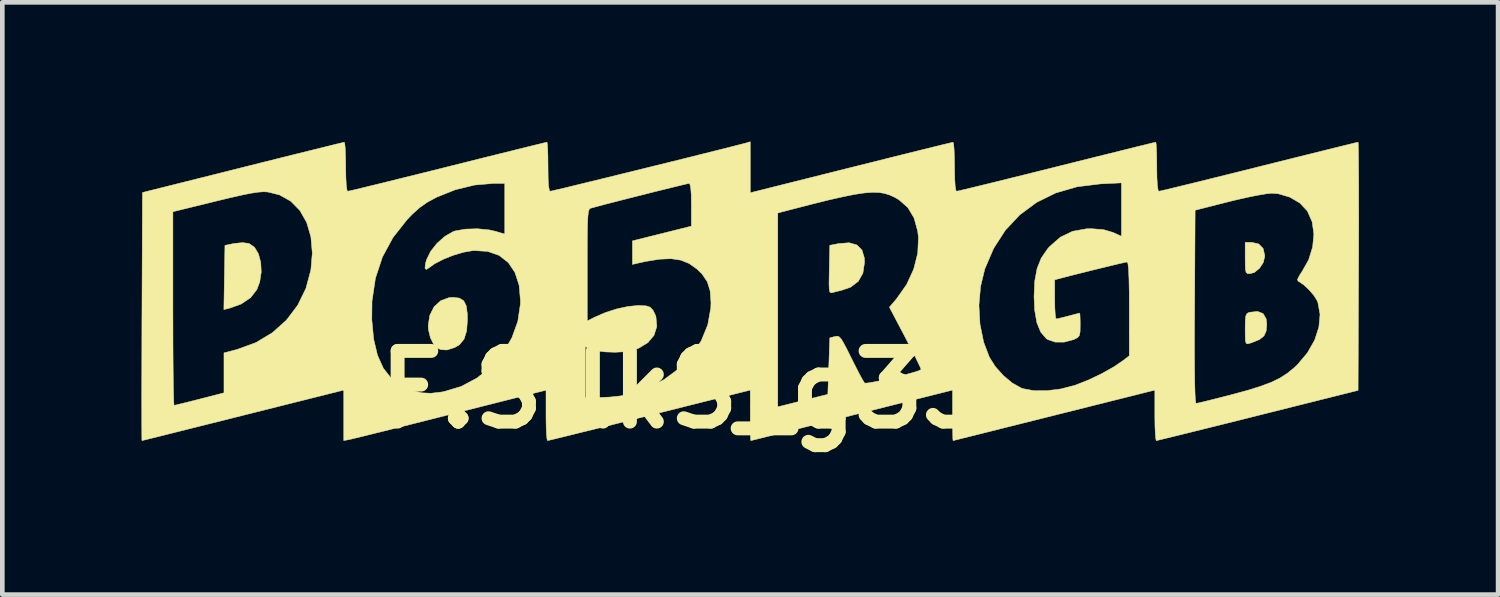
<source format=kicad_pcb>
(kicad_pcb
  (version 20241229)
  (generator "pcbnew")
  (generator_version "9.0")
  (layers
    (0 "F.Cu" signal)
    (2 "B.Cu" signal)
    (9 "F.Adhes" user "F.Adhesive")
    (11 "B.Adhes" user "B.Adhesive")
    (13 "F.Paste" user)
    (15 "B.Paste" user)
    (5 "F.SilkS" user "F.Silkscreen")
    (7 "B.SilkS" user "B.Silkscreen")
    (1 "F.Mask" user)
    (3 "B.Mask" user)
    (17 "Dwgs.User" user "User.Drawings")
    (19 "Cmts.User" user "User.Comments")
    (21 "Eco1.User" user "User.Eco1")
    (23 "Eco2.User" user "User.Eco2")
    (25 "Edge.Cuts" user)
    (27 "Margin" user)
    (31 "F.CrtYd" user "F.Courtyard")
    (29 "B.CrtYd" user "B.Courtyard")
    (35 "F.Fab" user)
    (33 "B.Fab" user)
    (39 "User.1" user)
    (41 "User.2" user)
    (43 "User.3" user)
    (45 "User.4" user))
  (footprint "F.SilkS_g33"
    (layer "F.Cu")
    (at 11.726 5.349)
    (property "Reference" "F.SilkS_g33" (at 0 0 0) (layer "F.SilkS") (effects (font (size 1.524 1.524) (thickness 0.3))))
    (attr through_hole)
    (fp_poly (pts (xy -9.407 -3.15) (xy -9.289 -3.068) (xy -9.204 -2.925) (xy -9.155 -2.74) (xy -9.145 -2.533) (xy -9.177 -2.323) (xy -9.239 -2.157) (xy -9.374 -1.982) (xy -9.578 -1.845) (xy -9.833 -1.754) (xy -9.95 -1.726) (xy -9.939 -2.419) (xy -9.927 -3.111) (xy -9.724 -3.151) (xy -9.544 -3.169) (xy -9.407 -3.15)) (stroke (width 0.01) (type solid)) (fill yes) (layer "F.SilkS"))
    (fp_poly (pts (xy 12.356 -3.141) (xy 12.452 -3.043) (xy 12.488 -2.889) (xy 12.488 -2.878) (xy 12.456 -2.741) (xy 12.374 -2.616) (xy 12.264 -2.526) (xy 12.163 -2.498) (xy 12.114 -2.502) (xy 12.085 -2.528) (xy 12.071 -2.591) (xy 12.066 -2.71) (xy 12.065 -2.836) (xy 12.065 -3.175) (xy 12.207 -3.175) (xy 12.356 -3.141)) (stroke (width 0.01) (type solid)) (fill yes) (layer "F.SilkS"))
    (fp_poly (pts (xy 3.695 -3.119) (xy 3.804 -3.01) (xy 3.856 -2.839) (xy 3.86 -2.745) (xy 3.825 -2.512) (xy 3.725 -2.334) (xy 3.559 -2.208) (xy 3.365 -2.141) (xy 3.248 -2.113) (xy 3.163 -2.09) (xy 3.132 -2.087) (xy 3.111 -2.107) (xy 3.099 -2.165) (xy 3.095 -2.272) (xy 3.097 -2.443) (xy 3.1 -2.59) (xy 3.111 -3.111) (xy 3.307 -3.149) (xy 3.529 -3.166) (xy 3.695 -3.119)) (stroke (width 0.01) (type solid)) (fill yes) (layer "F.SilkS"))
    (fp_poly (pts (xy 12.451 -1.64) (xy 12.517 -1.529) (xy 12.531 -1.412) (xy 12.518 -1.263) (xy 12.471 -1.158) (xy 12.374 -1.08) (xy 12.211 -1.014) (xy 12.16 -0.998) (xy 12.113 -0.987) (xy 12.085 -1.001) (xy 12.07 -1.056) (xy 12.066 -1.167) (xy 12.065 -1.305) (xy 12.067 -1.473) (xy 12.075 -1.576) (xy 12.096 -1.631) (xy 12.133 -1.658) (xy 12.16 -1.667) (xy 12.332 -1.686) (xy 12.451 -1.64)) (stroke (width 0.01) (type solid)) (fill yes) (layer "F.SilkS"))
    (fp_poly (pts (xy -4.873 -1.973) (xy -4.78 -1.916) (xy -4.725 -1.806) (xy -4.702 -1.631) (xy -4.699 -1.512) (xy -4.717 -1.267) (xy -4.773 -1.088) (xy -4.874 -0.966) (xy -4.976 -0.907) (xy -5.14 -0.855) (xy -5.27 -0.861) (xy -5.349 -0.895) (xy -5.432 -0.983) (xy -5.5 -1.125) (xy -5.54 -1.292) (xy -5.546 -1.376) (xy -5.512 -1.602) (xy -5.419 -1.787) (xy -5.276 -1.917) (xy -5.093 -1.984) (xy -5.013 -1.99) (xy -4.873 -1.973)) (stroke (width 0.01) (type solid)) (fill yes) (layer "F.SilkS"))
    (fp_poly (pts (xy 1.397 -4.244) (xy 3.567 -4.788) (xy 3.981 -4.891) (xy 4.371 -4.989) (xy 4.728 -5.078) (xy 5.046 -5.157) (xy 5.315 -5.223) (xy 5.528 -5.276) (xy 5.679 -5.312) (xy 5.758 -5.331) (xy 5.768 -5.333) (xy 5.78 -5.294) (xy 5.79 -5.186) (xy 5.797 -5.025) (xy 5.8 -4.828) (xy 5.8 -4.805) (xy 5.803 -4.571) (xy 5.813 -4.4) (xy 5.828 -4.3) (xy 5.843 -4.276) (xy 5.891 -4.286) (xy 6.013 -4.314) (xy 6.202 -4.36) (xy 6.45 -4.42) (xy 6.748 -4.493) (xy 7.089 -4.578) (xy 7.464 -4.671) (xy 7.867 -4.771) (xy 8.001 -4.805) (xy 8.41 -4.907) (xy 8.794 -5.003) (xy 9.145 -5.09) (xy 9.455 -5.167) (xy 9.716 -5.232) (xy 9.922 -5.282) (xy 10.063 -5.317) (xy 10.132 -5.333) (xy 10.138 -5.334) (xy 10.146 -5.294) (xy 10.153 -5.186) (xy 10.158 -5.025) (xy 10.16 -4.828) (xy 10.16 -4.805) (xy 10.163 -4.571) (xy 10.173 -4.4) (xy 10.188 -4.3) (xy 10.203 -4.276) (xy 10.251 -4.286) (xy 10.374 -4.314) (xy 10.563 -4.36) (xy 10.81 -4.42) (xy 11.108 -4.493) (xy 11.449 -4.578) (xy 11.825 -4.671) (xy 12.228 -4.771) (xy 12.361 -4.805) (xy 12.77 -4.907) (xy 13.154 -5.003) (xy 13.505 -5.09) (xy 13.815 -5.167) (xy 14.077 -5.232) (xy 14.282 -5.282) (xy 14.423 -5.317) (xy 14.493 -5.333) (xy 14.499 -5.334) (xy 14.503 -5.293) (xy 14.506 -5.174) (xy 14.508 -4.985) (xy 14.51 -4.733) (xy 14.512 -4.424) (xy 14.512 -4.067) (xy 14.513 -3.667) (xy 14.512 -3.233) (xy 14.511 -2.771) (xy 14.51 -2.659) (xy 14.499 0.016) (xy 12.34 0.557) (xy 11.927 0.661) (xy 11.538 0.758) (xy 11.181 0.846) (xy 10.865 0.925) (xy 10.597 0.991) (xy 10.385 1.043) (xy 10.236 1.079) (xy 10.159 1.098) (xy 10.149 1.099) (xy 10.138 1.06) (xy 10.128 0.952) (xy 10.121 0.791) (xy 10.118 0.592) (xy 10.118 0.555) (xy 10.118 0.01) (xy 7.948 0.554) (xy 7.534 0.658) (xy 7.146 0.755) (xy 6.79 0.844) (xy 6.476 0.923) (xy 6.21 0.99) (xy 5.999 1.042) (xy 5.852 1.079) (xy 5.777 1.097) (xy 5.768 1.099) (xy 5.764 1.06) (xy 5.761 0.952) (xy 5.758 0.791) (xy 5.757 0.592) (xy 5.757 0.555) (xy 5.757 0.01) (xy 3.588 0.554) (xy 3.174 0.658) (xy 2.785 0.755) (xy 2.43 0.844) (xy 2.116 0.923) (xy 1.849 0.99) (xy 1.639 1.042) (xy 1.492 1.079) (xy 1.416 1.097) (xy 1.408 1.099) (xy 1.404 1.06) (xy 1.4 0.952) (xy 1.398 0.791) (xy 1.397 0.592) (xy 1.397 0.555) (xy 1.397 0.01) (xy -0.773 0.554) (xy -1.187 0.658) (xy -1.577 0.756) (xy -1.934 0.845) (xy -2.252 0.923) (xy -2.521 0.99) (xy -2.734 1.042) (xy -2.885 1.079) (xy -2.964 1.097) (xy -2.974 1.099) (xy -2.986 1.06) (xy -2.996 0.952) (xy -3.003 0.791) (xy -3.006 0.592) (xy -3.006 0.556) (xy -3.006 0.012) (xy -5.048 0.528) (xy -5.455 0.631) (xy -5.84 0.728) (xy -6.195 0.817) (xy -6.511 0.896) (xy -6.781 0.963) (xy -6.995 1.016) (xy -7.146 1.052) (xy -7.224 1.071) (xy -7.228 1.072) (xy -7.366 1.099) (xy -7.366 0.01) (xy -9.536 0.554) (xy -9.949 0.658) (xy -10.338 0.755) (xy -10.693 0.844) (xy -11.008 0.923) (xy -11.274 0.99) (xy -11.485 1.042) (xy -11.632 1.079) (xy -11.707 1.097) (xy -11.716 1.099) (xy -11.718 1.059) (xy -11.719 0.94) (xy -11.72 0.751) (xy -11.72 0.499) (xy -11.721 0.191) (xy -11.72 -0.167) (xy -11.719 -0.566) (xy -11.718 -1) (xy -11.717 -1.462) (xy -11.716 -1.574) (xy -11.707 -3.835) (xy -11.049 -3.835) (xy -11.049 -1.748) (xy -11.048 -1.337) (xy -11.047 -0.952) (xy -11.045 -0.603) (xy -11.042 -0.296) (xy -11.038 -0.041) (xy -11.034 0.155) (xy -11.029 0.284) (xy -11.024 0.338) (xy -11.023 0.339) (xy -10.975 0.329) (xy -10.861 0.301) (xy -10.697 0.261) (xy -10.501 0.211) (xy -10.473 0.204) (xy -9.948 0.069) (xy -9.948 -0.792) (xy -9.663 -0.867) (xy -9.26 -1.014) (xy -8.905 -1.227) (xy -8.603 -1.497) (xy -8.598 -1.503) (xy -6.761 -1.503) (xy -6.721 -1.087) (xy -6.639 -0.742) (xy -6.513 -0.462) (xy -6.34 -0.242) (xy -6.116 -0.079) (xy -5.871 0.024) (xy -5.678 0.069) (xy -5.487 0.078) (xy -5.262 0.052) (xy -5.202 0.041) (xy -4.832 -0.07) (xy -4.493 -0.251) (xy -4.192 -0.492) (xy -3.94 -0.783) (xy -3.854 -0.927) (xy -2.159 -0.927) (xy -2.159 0.169) (xy -1.831 0.169) (xy -1.627 0.16) (xy -1.414 0.137) (xy -1.249 0.108) (xy -0.835 -0.026) (xy -0.463 -0.216) (xy -0.138 -0.456) (xy 0.132 -0.738) (xy 0.341 -1.055) (xy 0.481 -1.399) (xy 0.546 -1.762) (xy 0.55 -1.875) (xy 0.532 -2.127) (xy 0.471 -2.325) (xy 0.357 -2.493) (xy 0.243 -2.603) (xy 0.079 -2.719) (xy -0.1 -2.791) (xy -0.307 -2.822) (xy -0.556 -2.812) (xy -0.861 -2.763) (xy -1.027 -2.726) (xy -1.143 -2.699) (xy -1.143 -3.207) (xy 0.127 -3.524) (xy 0.127 -3.807) (xy 1.99 -3.807) (xy 1.99 0.371) (xy 2.529 0.236) (xy 3.069 0.101) (xy 3.09 -0.508) (xy 3.111 -1.116) (xy 3.221 -1.145) (xy 3.268 -1.153) (xy 3.308 -1.142) (xy 3.35 -1.101) (xy 3.403 -1.017) (xy 3.475 -0.881) (xy 3.575 -0.68) (xy 3.581 -0.668) (xy 3.676 -0.479) (xy 3.759 -0.319) (xy 3.823 -0.203) (xy 3.86 -0.145) (xy 3.864 -0.141) (xy 3.917 -0.142) (xy 4.032 -0.16) (xy 4.191 -0.191) (xy 4.376 -0.233) (xy 4.57 -0.279) (xy 4.755 -0.327) (xy 4.913 -0.371) (xy 5.027 -0.407) (xy 5.079 -0.432) (xy 5.08 -0.435) (xy 5.061 -0.483) (xy 5.009 -0.593) (xy 4.93 -0.753) (xy 4.831 -0.948) (xy 4.738 -1.126) (xy 4.396 -1.778) (xy 4.431 -1.818) (xy 6.326 -1.818) (xy 6.349 -1.411) (xy 6.427 -1.025) (xy 6.551 -0.699) (xy 6.68 -0.496) (xy 6.852 -0.304) (xy 7.045 -0.143) (xy 7.236 -0.036) (xy 7.276 -0.021) (xy 7.508 0.022) (xy 7.789 0.023) (xy 8.091 -0.015) (xy 8.39 -0.092) (xy 8.42 -0.103) (xy 8.694 -0.211) (xy 8.977 -0.347) (xy 9.238 -0.494) (xy 9.426 -0.622) (xy 9.567 -0.73) (xy 9.567 -0.8) (xy 10.972 -0.8) (xy 10.974 -0.43) (xy 10.978 -0.138) (xy 10.984 0.078) (xy 10.992 0.219) (xy 11.002 0.288) (xy 11.008 0.296) (xy 11.062 0.286) (xy 11.183 0.258) (xy 11.358 0.214) (xy 11.573 0.16) (xy 11.778 0.107) (xy 12.128 0.012) (xy 12.408 -0.076) (xy 12.634 -0.161) (xy 12.819 -0.252) (xy 12.976 -0.354) (xy 13.122 -0.473) (xy 13.196 -0.544) (xy 13.408 -0.795) (xy 13.563 -1.068) (xy 13.654 -1.349) (xy 13.679 -1.622) (xy 13.633 -1.876) (xy 13.616 -1.918) (xy 13.55 -2.026) (xy 13.445 -2.148) (xy 13.329 -2.258) (xy 13.225 -2.328) (xy 13.206 -2.336) (xy 13.193 -2.377) (xy 13.241 -2.472) (xy 13.284 -2.535) (xy 13.432 -2.794) (xy 13.519 -3.073) (xy 13.546 -3.354) (xy 13.509 -3.617) (xy 13.407 -3.847) (xy 13.405 -3.851) (xy 13.245 -4.021) (xy 13.03 -4.148) (xy 12.784 -4.221) (xy 12.636 -4.233) (xy 12.525 -4.222) (xy 12.35 -4.193) (xy 12.131 -4.149) (xy 11.886 -4.094) (xy 11.705 -4.05) (xy 10.986 -3.867) (xy 10.975 -1.785) (xy 10.972 -1.252) (xy 10.972 -0.8) (xy 9.567 -0.8) (xy 9.567 -1.741) (xy 9.566 -2.109) (xy 9.56 -2.394) (xy 9.551 -2.596) (xy 9.538 -2.715) (xy 9.523 -2.752) (xy 9.47 -2.742) (xy 9.35 -2.715) (xy 9.179 -2.674) (xy 8.972 -2.624) (xy 8.744 -2.568) (xy 8.512 -2.51) (xy 8.289 -2.454) (xy 8.117 -2.409) (xy 7.959 -2.367) (xy 7.959 -1.946) (xy 7.962 -1.768) (xy 7.97 -1.628) (xy 7.981 -1.542) (xy 7.99 -1.525) (xy 8.046 -1.535) (xy 8.156 -1.562) (xy 8.255 -1.587) (xy 8.383 -1.621) (xy 8.472 -1.644) (xy 8.498 -1.65) (xy 8.504 -1.612) (xy 8.508 -1.512) (xy 8.509 -1.395) (xy 8.507 -1.252) (xy 8.492 -1.17) (xy 8.454 -1.122) (xy 8.381 -1.085) (xy 8.362 -1.077) (xy 8.162 -1.024) (xy 7.968 -1.025) (xy 7.808 -1.08) (xy 7.777 -1.101) (xy 7.657 -1.241) (xy 7.574 -1.445) (xy 7.527 -1.718) (xy 7.514 -2.011) (xy 7.529 -2.341) (xy 7.579 -2.609) (xy 7.668 -2.834) (xy 7.803 -3.031) (xy 7.848 -3.083) (xy 8.082 -3.287) (xy 8.344 -3.413) (xy 8.644 -3.467) (xy 8.742 -3.47) (xy 9.012 -3.449) (xy 9.218 -3.388) (xy 9.398 -3.306) (xy 9.398 -4.457) (xy 8.943 -4.435) (xy 8.443 -4.373) (xy 7.984 -4.24) (xy 7.571 -4.037) (xy 7.208 -3.769) (xy 6.897 -3.438) (xy 6.644 -3.047) (xy 6.453 -2.603) (xy 6.361 -2.223) (xy 6.326 -1.818) (xy 4.431 -1.818) (xy 4.55 -1.958) (xy 4.766 -2.264) (xy 4.92 -2.598) (xy 5.007 -2.943) (xy 5.022 -3.282) (xy 5.006 -3.415) (xy 4.927 -3.701) (xy 4.793 -3.925) (xy 4.6 -4.094) (xy 4.512 -4.145) (xy 4.405 -4.194) (xy 4.295 -4.229) (xy 4.172 -4.249) (xy 4.03 -4.253) (xy 3.858 -4.24) (xy 3.65 -4.209) (xy 3.396 -4.158) (xy 3.087 -4.088) (xy 2.717 -3.996) (xy 2.276 -3.882) (xy 2.148 -3.849) (xy 1.99 -3.807) (xy 0.127 -3.807) (xy 0.127 -3.984) (xy 0.124 -4.209) (xy 0.113 -4.356) (xy 0.094 -4.431) (xy 0.077 -4.445) (xy 0.028 -4.435) (xy -0.09 -4.407) (xy -0.263 -4.365) (xy -0.478 -4.312) (xy -0.72 -4.252) (xy -0.977 -4.187) (xy -1.235 -4.122) (xy -1.48 -4.059) (xy -1.7 -4.003) (xy -1.879 -3.955) (xy -2.006 -3.921) (xy -2.043 -3.911) (xy -2.064 -3.899) (xy -2.081 -3.872) (xy -2.094 -3.82) (xy -2.103 -3.733) (xy -2.11 -3.604) (xy -2.114 -3.422) (xy -2.116 -3.178) (xy -2.117 -2.864) (xy -2.117 -2.684) (xy -2.117 -1.48) (xy -1.958 -1.561) (xy -1.725 -1.662) (xy -1.478 -1.741) (xy -1.236 -1.793) (xy -1.018 -1.815) (xy -0.844 -1.805) (xy -0.761 -1.777) (xy -0.698 -1.71) (xy -0.645 -1.599) (xy -0.636 -1.57) (xy -0.618 -1.36) (xy -0.678 -1.171) (xy -0.81 -1.013) (xy -1.008 -0.893) (xy -1.138 -0.847) (xy -1.309 -0.817) (xy -1.516 -0.806) (xy -1.728 -0.813) (xy -1.912 -0.837) (xy -2.012 -0.866) (xy -2.159 -0.927) (xy -3.854 -0.927) (xy -3.744 -1.113) (xy -3.614 -1.471) (xy -3.558 -1.848) (xy -3.557 -1.918) (xy -3.586 -2.25) (xy -3.675 -2.525) (xy -3.82 -2.74) (xy -4.017 -2.893) (xy -4.264 -2.98) (xy -4.558 -2.998) (xy -4.591 -2.995) (xy -4.785 -2.962) (xy -5.005 -2.896) (xy -5.222 -2.809) (xy -5.408 -2.713) (xy -5.514 -2.637) (xy -5.585 -2.59) (xy -5.615 -2.615) (xy -5.605 -2.714) (xy -5.582 -2.8) (xy -5.495 -2.978) (xy -5.355 -3.155) (xy -5.184 -3.306) (xy -5.007 -3.407) (xy -4.969 -3.42) (xy -4.744 -3.46) (xy -4.484 -3.468) (xy -4.228 -3.443) (xy -4.092 -3.412) (xy -3.895 -3.353) (xy -3.895 -4.445) (xy -4.146 -4.445) (xy -4.547 -4.41) (xy -4.961 -4.309) (xy -5.359 -4.15) (xy -5.362 -4.149) (xy -5.562 -4.041) (xy -5.728 -3.925) (xy -5.891 -3.779) (xy -6.001 -3.664) (xy -6.304 -3.28) (xy -6.532 -2.859) (xy -6.683 -2.402) (xy -6.757 -1.909) (xy -6.761 -1.503) (xy -8.598 -1.503) (xy -8.36 -1.818) (xy -8.182 -2.181) (xy -8.075 -2.579) (xy -8.044 -2.945) (xy -8.075 -3.297) (xy -8.166 -3.605) (xy -8.312 -3.862) (xy -8.509 -4.062) (xy -8.751 -4.198) (xy -9.006 -4.261) (xy -9.096 -4.265) (xy -9.209 -4.257) (xy -9.357 -4.235) (xy -9.552 -4.196) (xy -9.805 -4.139) (xy -10.129 -4.061) (xy -10.131 -4.06) (xy -11.049 -3.835) (xy -11.707 -3.835) (xy -11.705 -4.249) (xy -9.546 -4.79) (xy -9.133 -4.894) (xy -8.744 -4.991) (xy -8.387 -5.08) (xy -8.071 -5.158) (xy -7.803 -5.224) (xy -7.591 -5.277) (xy -7.442 -5.313) (xy -7.365 -5.331) (xy -7.355 -5.333) (xy -7.343 -5.294) (xy -7.333 -5.186) (xy -7.327 -5.025) (xy -7.324 -4.828) (xy -7.324 -4.805) (xy -7.32 -4.571) (xy -7.311 -4.4) (xy -7.296 -4.3) (xy -7.281 -4.276) (xy -7.232 -4.286) (xy -7.11 -4.314) (xy -6.921 -4.36) (xy -6.674 -4.42) (xy -6.376 -4.493) (xy -6.035 -4.578) (xy -5.659 -4.671) (xy -5.256 -4.771) (xy -5.122 -4.805) (xy -4.713 -4.907) (xy -4.33 -5.003) (xy -3.979 -5.09) (xy -3.669 -5.167) (xy -3.407 -5.232) (xy -3.202 -5.282) (xy -3.06 -5.317) (xy -2.991 -5.333) (xy -2.985 -5.334) (xy -2.977 -5.294) (xy -2.97 -5.186) (xy -2.965 -5.025) (xy -2.963 -4.828) (xy -2.963 -4.805) (xy -2.96 -4.552) (xy -2.95 -4.382) (xy -2.932 -4.292) (xy -2.916 -4.276) (xy -2.87 -4.286) (xy -2.75 -4.314) (xy -2.567 -4.357) (xy -2.331 -4.415) (xy -2.05 -4.483) (xy -1.735 -4.56) (xy -1.395 -4.644) (xy -1.039 -4.731) (xy -0.676 -4.821) (xy -0.317 -4.909) (xy 0.029 -4.995) (xy 0.353 -5.076) (xy 0.645 -5.149) (xy 0.896 -5.212) (xy 1.097 -5.263) (xy 1.236 -5.299) (xy 1.302 -5.316) (xy 1.397 -5.344) (xy 1.397 -4.244)) (stroke (width 0.01) (type solid)) (fill yes) (layer "F.SilkS")))
  (gr_rect
    (start -3 -3)
    (end 29.243 9.767)
    (stroke (width 0.1) (type default))
    (fill no)
    (layer "Edge.Cuts")))
</source>
